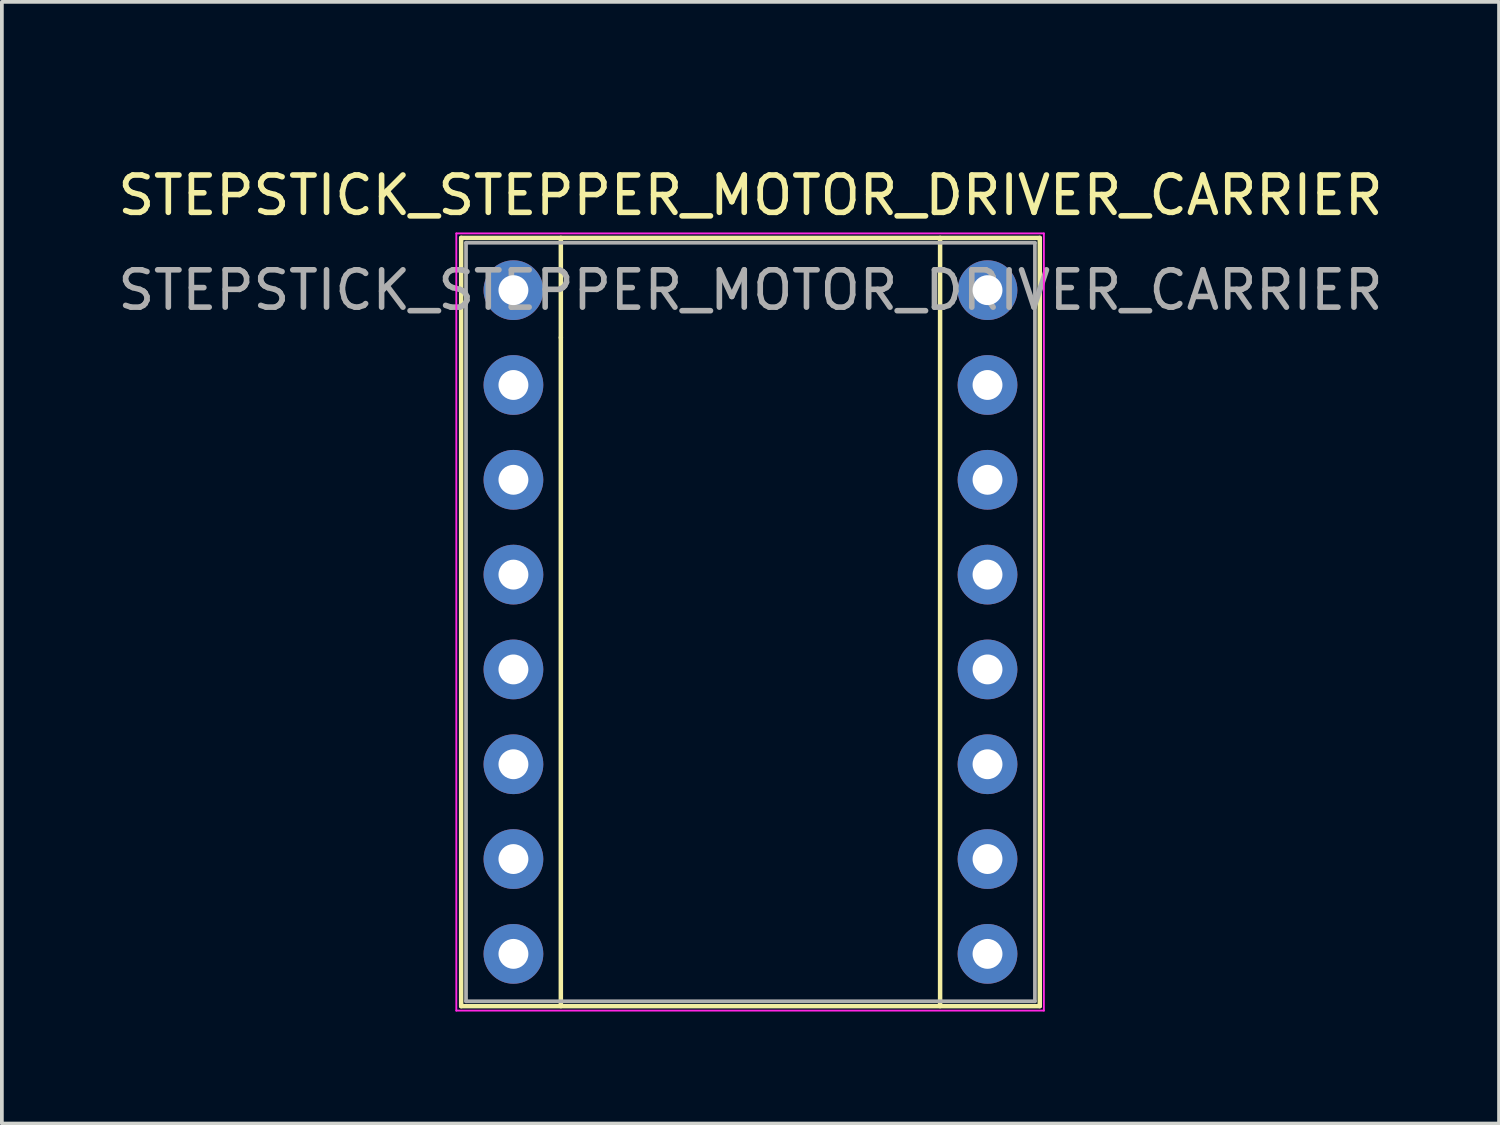
<source format=kicad_pcb>
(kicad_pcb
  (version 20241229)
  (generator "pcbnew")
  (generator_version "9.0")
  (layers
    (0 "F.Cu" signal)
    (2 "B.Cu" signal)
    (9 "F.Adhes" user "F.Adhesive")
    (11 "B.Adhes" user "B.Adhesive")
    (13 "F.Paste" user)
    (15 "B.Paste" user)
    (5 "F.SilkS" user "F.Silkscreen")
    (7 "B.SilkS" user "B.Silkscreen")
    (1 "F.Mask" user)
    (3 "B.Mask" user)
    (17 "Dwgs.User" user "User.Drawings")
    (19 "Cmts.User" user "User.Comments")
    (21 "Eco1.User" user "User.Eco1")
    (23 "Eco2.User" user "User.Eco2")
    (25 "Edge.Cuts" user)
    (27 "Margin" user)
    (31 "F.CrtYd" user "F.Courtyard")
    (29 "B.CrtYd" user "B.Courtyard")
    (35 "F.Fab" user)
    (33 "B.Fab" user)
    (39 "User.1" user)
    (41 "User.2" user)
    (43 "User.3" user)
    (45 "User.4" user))
  (footprint "STEPSTICK_STEPPER_MOTOR_DRIVER_CARRIER"
    (layer "F.Cu")
    (at 10.704 4.723)
    (property "Reference" "STEPSTICK_STEPPER_MOTOR_DRIVER_CARRIER" (at 6.35 -2.54 0) (layer "F.SilkS") (effects (font (size 1 1) (thickness 0.15))))
    (attr through_hole)
    (fp_line (start -1.4 -1.4) (end -1.4 19.18) (stroke (width 0.12) (type solid)) (layer "F.SilkS"))
    (fp_line (start -1.4 19.18) (end 14.1 19.18) (stroke (width 0.12) (type solid)) (layer "F.SilkS"))
    (fp_line (start 1.27 -1.4) (end 1.27 1.27) (stroke (width 0.12) (type solid)) (layer "F.SilkS"))
    (fp_line (start 1.27 1.27) (end 1.27 19.18) (stroke (width 0.12) (type solid)) (layer "F.SilkS"))
    (fp_line (start 11.43 -1.4) (end 11.43 19.18) (stroke (width 0.12) (type solid)) (layer "F.SilkS"))
    (fp_line (start 14.1 -1.4) (end -1.4 -1.4) (stroke (width 0.12) (type solid)) (layer "F.SilkS"))
    (fp_line (start 14.1 19.18) (end 14.1 -1.4) (stroke (width 0.12) (type solid)) (layer "F.SilkS"))
    (fp_line (start -1.53 -1.52) (end -1.53 19.3) (stroke (width 0.05) (type solid)) (layer "F.CrtYd"))
    (fp_line (start -1.53 -1.52) (end 14.21 -1.52) (stroke (width 0.05) (type solid)) (layer "F.CrtYd"))
    (fp_line (start 14.21 19.3) (end -1.53 19.3) (stroke (width 0.05) (type solid)) (layer "F.CrtYd"))
    (fp_line (start 14.21 19.3) (end 14.21 -1.52) (stroke (width 0.05) (type solid)) (layer "F.CrtYd"))
    (fp_line (start -1.27 -1.27) (end 13.97 -1.27) (stroke (width 0.1) (type solid)) (layer "F.Fab"))
    (fp_line (start -1.27 19.05) (end -1.27 -1.27) (stroke (width 0.1) (type solid)) (layer "F.Fab"))
    (fp_line (start 13.97 -1.27) (end 13.97 19.05) (stroke (width 0.1) (type solid)) (layer "F.Fab"))
    (fp_line (start 13.97 19.05) (end -1.27 19.05) (stroke (width 0.1) (type solid)) (layer "F.Fab"))
    (fp_text user " " (at 6.75 -3.875 0) (layer "F.Fab") (effects (font (size 1 1) (thickness 0.15))))
    (fp_text user "${REFERENCE}" (at 6.35 0 0) (layer "F.Fab") (effects (font (size 1 1) (thickness 0.15))))
    (pad "1" thru_hole circle (at 0 0) (size 1.6 1.6) (drill 0.8) (layers "*.Cu" "*.Mask"))
    (pad "2" thru_hole oval (at 0 2.54) (size 1.6 1.6) (drill 0.8) (layers "*.Cu" "*.Mask"))
    (pad "3" thru_hole oval (at 0 5.08) (size 1.6 1.6) (drill 0.8) (layers "*.Cu" "*.Mask"))
    (pad "4" thru_hole oval (at 0 7.62) (size 1.6 1.6) (drill 0.8) (layers "*.Cu" "*.Mask"))
    (pad "5" thru_hole oval (at 0 10.16) (size 1.6 1.6) (drill 0.8) (layers "*.Cu" "*.Mask"))
    (pad "6" thru_hole oval (at 0 12.7) (size 1.6 1.6) (drill 0.8) (layers "*.Cu" "*.Mask"))
    (pad "7" thru_hole oval (at 0 15.24) (size 1.6 1.6) (drill 0.8) (layers "*.Cu" "*.Mask"))
    (pad "8" thru_hole oval (at 0 17.78) (size 1.6 1.6) (drill 0.8) (layers "*.Cu" "*.Mask"))
    (pad "9" thru_hole oval (at 12.7 17.78) (size 1.6 1.6) (drill 0.8) (layers "*.Cu" "*.Mask"))
    (pad "10" thru_hole oval (at 12.7 15.24) (size 1.6 1.6) (drill 0.8) (layers "*.Cu" "*.Mask"))
    (pad "11" thru_hole oval (at 12.7 12.7) (size 1.6 1.6) (drill 0.8) (layers "*.Cu" "*.Mask"))
    (pad "12" thru_hole oval (at 12.7 10.16) (size 1.6 1.6) (drill 0.8) (layers "*.Cu" "*.Mask"))
    (pad "13" thru_hole oval (at 12.7 7.62) (size 1.6 1.6) (drill 0.8) (layers "*.Cu" "*.Mask"))
    (pad "14" thru_hole oval (at 12.7 5.08) (size 1.6 1.6) (drill 0.8) (layers "*.Cu" "*.Mask"))
    (pad "15" thru_hole oval (at 12.7 2.54) (size 1.6 1.6) (drill 0.8) (layers "*.Cu" "*.Mask"))
    (pad "16" thru_hole oval (at 12.7 0) (size 1.6 1.6) (drill 0.8) (layers "*.Cu" "*.Mask")))
  (gr_rect
    (start -3 -3)
    (end 37.107 27.048)
    (stroke (width 0.1) (type default))
    (fill no)
    (layer "Edge.Cuts")))
</source>
